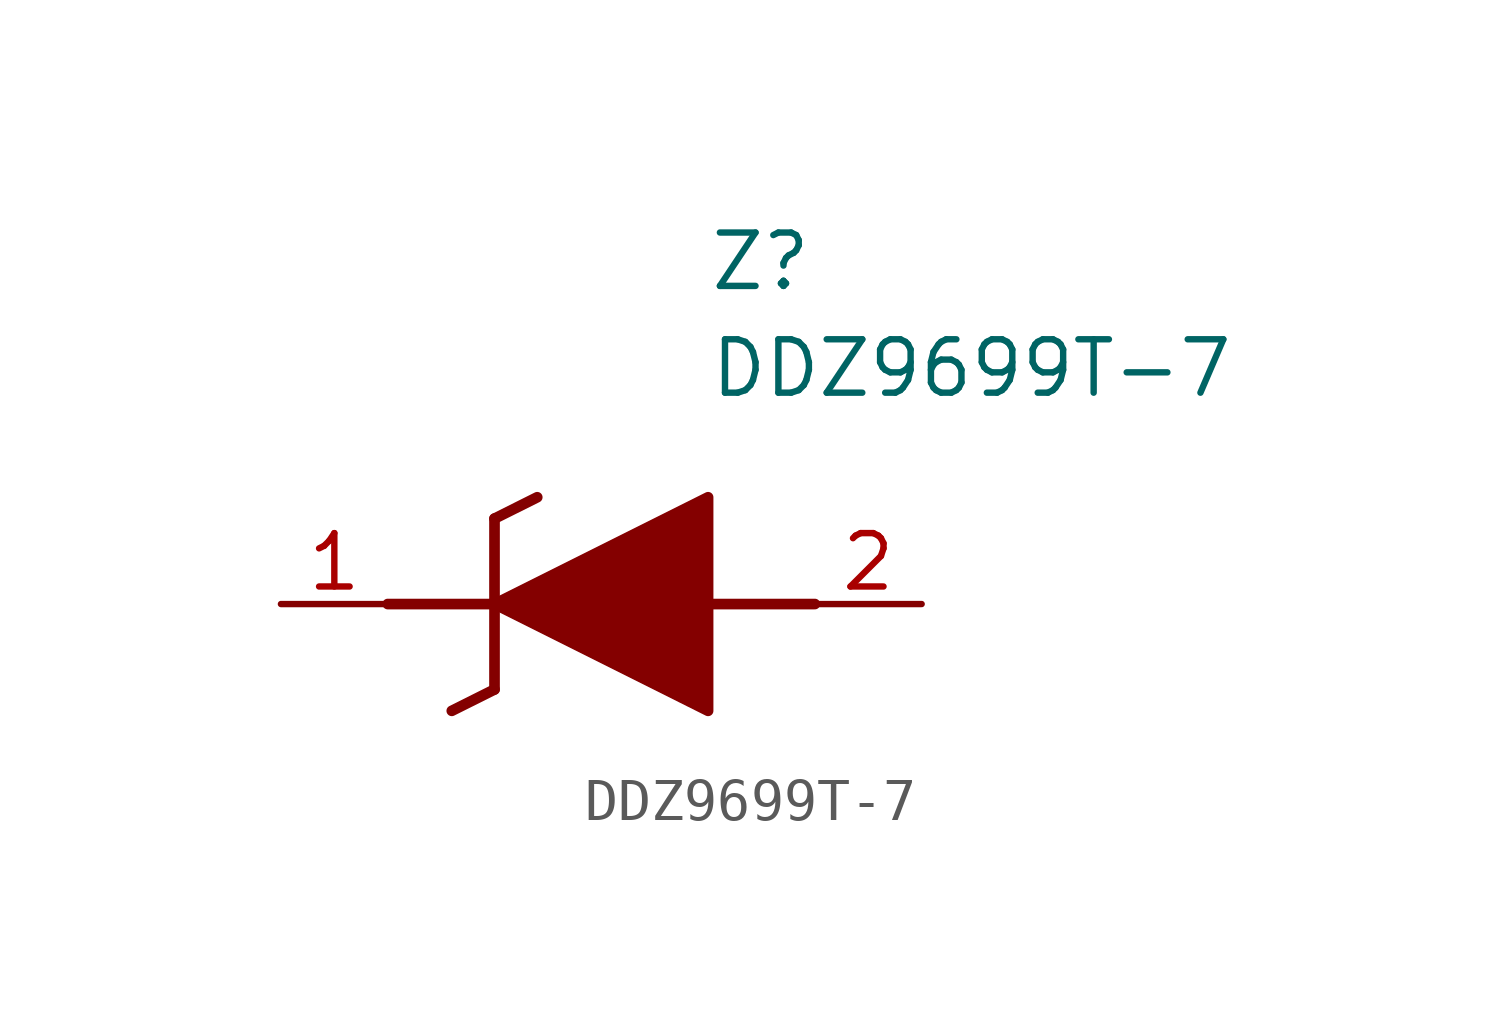
<source format=kicad_sym>
(kicad_symbol_lib
  (version 20211014)
  (generator SamacSys_ECAD_Model)
  (symbol "DDZ9699T-7"
    (pin_names hide)
    (property "Reference" "Z"
      (at 10.16 8.89 0)
      (effects (font (size 1.27 1.27)) (justify left top)))
    (property "Value" "DDZ9699T-7"
      (at 10.16 6.35 0)
      (effects (font (size 1.27 1.27)) (justify left top)))
    (polyline
      (pts (xy 5.08 2.032) (xy 5.08 -2.032))
      (stroke (width 0.254) (type default))
      (fill (type none)))
    (polyline
      (pts (xy 5.08 2.032) (xy 6.096 2.54))
      (stroke (width 0.254) (type default))
      (fill (type none)))
    (polyline
      (pts (xy 4.064 -2.54) (xy 5.08 -2.032))
      (stroke (width 0.254) (type default))
      (fill (type none)))
    (polyline
      (pts (xy 2.54 0) (xy 5.08 0))
      (stroke (width 0.254) (type default))
      (fill (type none)))
    (polyline
      (pts (xy 12.7 0) (xy 10.16 0))
      (stroke (width 0.254) (type default))
      (fill (type none)))
    (polyline
      (pts (xy 5.08 0) (xy 10.16 2.54) (xy 10.16 -2.54) (xy 5.08 0))
      (stroke (width 0.254) (type default))
      (fill (type outline)))
    (pin passive line
      (at 0 0 0)
      (length 2.54)
      (name "K" (effects (font (size 1.27 1.27))))
      (number "1" (effects (font (size 1.27 1.27)))))
    (pin passive line
      (at 15.24 0 180)
      (length 2.54)
      (name "A" (effects (font (size 1.27 1.27))))
      (number "2" (effects (font (size 1.27 1.27)))))))
</source>
